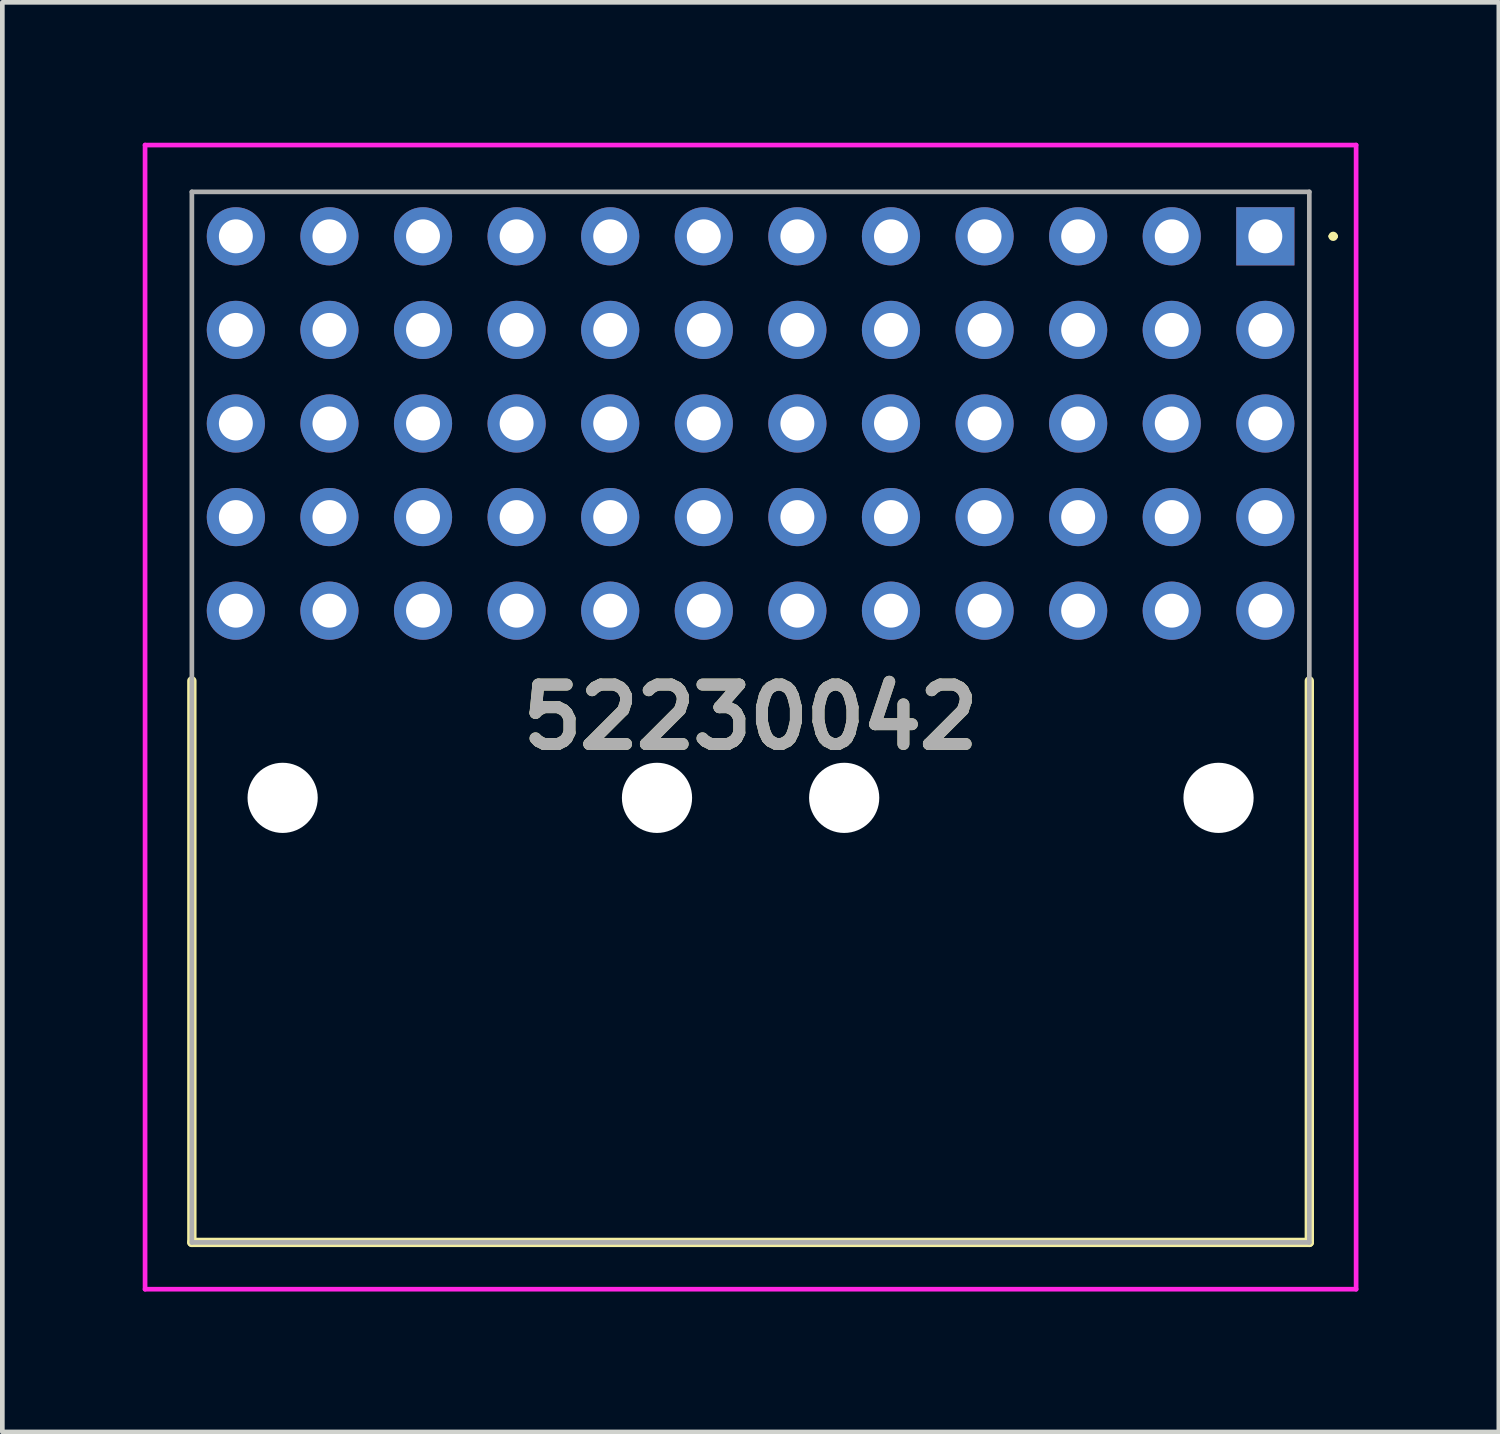
<source format=kicad_pcb>
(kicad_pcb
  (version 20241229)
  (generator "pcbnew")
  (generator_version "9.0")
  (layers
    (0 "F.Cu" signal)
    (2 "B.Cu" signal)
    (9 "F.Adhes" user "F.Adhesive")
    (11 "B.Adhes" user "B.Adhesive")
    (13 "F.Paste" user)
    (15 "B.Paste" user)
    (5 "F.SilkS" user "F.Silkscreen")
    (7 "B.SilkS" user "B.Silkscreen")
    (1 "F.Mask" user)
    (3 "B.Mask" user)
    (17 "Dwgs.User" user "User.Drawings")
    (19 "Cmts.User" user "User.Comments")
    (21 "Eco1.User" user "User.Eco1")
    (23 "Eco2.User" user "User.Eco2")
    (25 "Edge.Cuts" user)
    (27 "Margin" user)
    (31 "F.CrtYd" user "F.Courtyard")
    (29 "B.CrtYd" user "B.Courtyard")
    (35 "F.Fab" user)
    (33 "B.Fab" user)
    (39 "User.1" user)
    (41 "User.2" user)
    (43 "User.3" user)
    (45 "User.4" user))
  (footprint "52230042"
    (layer "F.Cu")
    (at 23.99 2)
    (property "Reference" "52230042" (at -11 10.275 0) (layer "F.SilkS") (effects (font (size 1.27 1.27) (thickness 0.254))))
    (attr through_hole)
    (fp_line (start -22.94 21.5) (end -22.94 9.5) (stroke (width 0.2) (type solid)) (layer "F.SilkS"))
    (fp_line (start 0.94 9.5) (end 0.94 21.5) (stroke (width 0.2) (type solid)) (layer "F.SilkS"))
    (fp_line (start 0.94 21.5) (end -22.94 21.5) (stroke (width 0.2) (type solid)) (layer "F.SilkS"))
    (fp_line (start 1.4 0) (end 1.4 0) (stroke (width 0.1) (type solid)) (layer "F.SilkS"))
    (fp_line (start 1.5 0) (end 1.5 0) (stroke (width 0.1) (type solid)) (layer "F.SilkS"))
    (fp_arc (start 1.4 0) (mid 1.45 -0.05) (end 1.5 0) (stroke (width 0.1) (type solid)) (layer "F.SilkS"))
    (fp_arc (start 1.5 0) (mid 1.45 0.05) (end 1.4 0) (stroke (width 0.1) (type solid)) (layer "F.SilkS"))
    (fp_line (start -23.94 -1.95) (end 1.94 -1.95) (stroke (width 0.1) (type solid)) (layer "F.CrtYd"))
    (fp_line (start -23.94 22.5) (end -23.94 -1.95) (stroke (width 0.1) (type solid)) (layer "F.CrtYd"))
    (fp_line (start 1.94 -1.95) (end 1.94 22.5) (stroke (width 0.1) (type solid)) (layer "F.CrtYd"))
    (fp_line (start 1.94 22.5) (end -23.94 22.5) (stroke (width 0.1) (type solid)) (layer "F.CrtYd"))
    (fp_line (start -22.94 -0.95) (end 0.94 -0.95) (stroke (width 0.1) (type solid)) (layer "F.Fab"))
    (fp_line (start -22.94 21.5) (end -22.94 -0.95) (stroke (width 0.1) (type solid)) (layer "F.Fab"))
    (fp_line (start 0.94 -0.95) (end 0.94 21.5) (stroke (width 0.1) (type solid)) (layer "F.Fab"))
    (fp_line (start 0.94 21.5) (end -22.94 21.5) (stroke (width 0.1) (type solid)) (layer "F.Fab"))
    (fp_text user "${REFERENCE}" (at -11 10.275 0) (layer "F.Fab") (effects (font (size 1.27 1.27) (thickness 0.254))))
    (pad "" np_thru_hole circle (at -21 12) (size 1.5 1.5) (drill 1.5) (layers "*.Cu" "*.Mask"))
    (pad "" np_thru_hole circle (at -13 12) (size 1.5 1.5) (drill 1.5) (layers "*.Cu" "*.Mask"))
    (pad "" np_thru_hole circle (at -9 12) (size 1.5 1.5) (drill 1.5) (layers "*.Cu" "*.Mask"))
    (pad "" np_thru_hole circle (at -1 12) (size 1.5 1.5) (drill 1.5) (layers "*.Cu" "*.Mask"))
    (pad "A1" thru_hole rect (at 0 0) (size 1.243 1.243) (drill 0.725) (layers "*.Cu" "*.Mask"))
    (pad "A2" thru_hole circle (at -2 0) (size 1.243 1.243) (drill 0.725) (layers "*.Cu" "*.Mask"))
    (pad "A3" thru_hole circle (at -4 0) (size 1.243 1.243) (drill 0.725) (layers "*.Cu" "*.Mask"))
    (pad "A4" thru_hole circle (at -6 0) (size 1.243 1.243) (drill 0.725) (layers "*.Cu" "*.Mask"))
    (pad "A5" thru_hole circle (at -8 0) (size 1.243 1.243) (drill 0.725) (layers "*.Cu" "*.Mask"))
    (pad "A6" thru_hole circle (at -10 0) (size 1.243 1.243) (drill 0.725) (layers "*.Cu" "*.Mask"))
    (pad "A7" thru_hole circle (at -12 0) (size 1.243 1.243) (drill 0.725) (layers "*.Cu" "*.Mask"))
    (pad "A8" thru_hole circle (at -14 0) (size 1.243 1.243) (drill 0.725) (layers "*.Cu" "*.Mask"))
    (pad "A9" thru_hole circle (at -16 0) (size 1.243 1.243) (drill 0.725) (layers "*.Cu" "*.Mask"))
    (pad "A10" thru_hole circle (at -18 0) (size 1.243 1.243) (drill 0.725) (layers "*.Cu" "*.Mask"))
    (pad "A11" thru_hole circle (at -20 0) (size 1.243 1.243) (drill 0.725) (layers "*.Cu" "*.Mask"))
    (pad "A12" thru_hole circle (at -22 0) (size 1.243 1.243) (drill 0.725) (layers "*.Cu" "*.Mask"))
    (pad "B1" thru_hole circle (at 0 2) (size 1.243 1.243) (drill 0.725) (layers "*.Cu" "*.Mask"))
    (pad "B2" thru_hole circle (at -2 2) (size 1.243 1.243) (drill 0.725) (layers "*.Cu" "*.Mask"))
    (pad "B3" thru_hole circle (at -4 2) (size 1.243 1.243) (drill 0.725) (layers "*.Cu" "*.Mask"))
    (pad "B4" thru_hole circle (at -6 2) (size 1.243 1.243) (drill 0.725) (layers "*.Cu" "*.Mask"))
    (pad "B5" thru_hole circle (at -8 2) (size 1.243 1.243) (drill 0.725) (layers "*.Cu" "*.Mask"))
    (pad "B6" thru_hole circle (at -10 2) (size 1.243 1.243) (drill 0.725) (layers "*.Cu" "*.Mask"))
    (pad "B7" thru_hole circle (at -12 2) (size 1.243 1.243) (drill 0.725) (layers "*.Cu" "*.Mask"))
    (pad "B8" thru_hole circle (at -14 2) (size 1.243 1.243) (drill 0.725) (layers "*.Cu" "*.Mask"))
    (pad "B9" thru_hole circle (at -16 2) (size 1.243 1.243) (drill 0.725) (layers "*.Cu" "*.Mask"))
    (pad "B10" thru_hole circle (at -18 2) (size 1.243 1.243) (drill 0.725) (layers "*.Cu" "*.Mask"))
    (pad "B11" thru_hole circle (at -20 2) (size 1.243 1.243) (drill 0.725) (layers "*.Cu" "*.Mask"))
    (pad "B12" thru_hole circle (at -22 2) (size 1.243 1.243) (drill 0.725) (layers "*.Cu" "*.Mask"))
    (pad "C1" thru_hole circle (at 0 4) (size 1.243 1.243) (drill 0.725) (layers "*.Cu" "*.Mask"))
    (pad "C2" thru_hole circle (at -2 4) (size 1.243 1.243) (drill 0.725) (layers "*.Cu" "*.Mask"))
    (pad "C3" thru_hole circle (at -4 4) (size 1.243 1.243) (drill 0.725) (layers "*.Cu" "*.Mask"))
    (pad "C4" thru_hole circle (at -6 4) (size 1.243 1.243) (drill 0.725) (layers "*.Cu" "*.Mask"))
    (pad "C5" thru_hole circle (at -8 4) (size 1.243 1.243) (drill 0.725) (layers "*.Cu" "*.Mask"))
    (pad "C6" thru_hole circle (at -10 4) (size 1.243 1.243) (drill 0.725) (layers "*.Cu" "*.Mask"))
    (pad "C7" thru_hole circle (at -12 4) (size 1.243 1.243) (drill 0.725) (layers "*.Cu" "*.Mask"))
    (pad "C8" thru_hole circle (at -14 4) (size 1.243 1.243) (drill 0.725) (layers "*.Cu" "*.Mask"))
    (pad "C9" thru_hole circle (at -16 4) (size 1.243 1.243) (drill 0.725) (layers "*.Cu" "*.Mask"))
    (pad "C10" thru_hole circle (at -18 4) (size 1.243 1.243) (drill 0.725) (layers "*.Cu" "*.Mask"))
    (pad "C11" thru_hole circle (at -20 4) (size 1.243 1.243) (drill 0.725) (layers "*.Cu" "*.Mask"))
    (pad "C12" thru_hole circle (at -22 4) (size 1.243 1.243) (drill 0.725) (layers "*.Cu" "*.Mask"))
    (pad "D1" thru_hole circle (at 0 6) (size 1.243 1.243) (drill 0.725) (layers "*.Cu" "*.Mask"))
    (pad "D2" thru_hole circle (at -2 6) (size 1.243 1.243) (drill 0.725) (layers "*.Cu" "*.Mask"))
    (pad "D3" thru_hole circle (at -4 6) (size 1.243 1.243) (drill 0.725) (layers "*.Cu" "*.Mask"))
    (pad "D4" thru_hole circle (at -6 6) (size 1.243 1.243) (drill 0.725) (layers "*.Cu" "*.Mask"))
    (pad "D5" thru_hole circle (at -8 6) (size 1.243 1.243) (drill 0.725) (layers "*.Cu" "*.Mask"))
    (pad "D6" thru_hole circle (at -10 6) (size 1.243 1.243) (drill 0.725) (layers "*.Cu" "*.Mask"))
    (pad "D7" thru_hole circle (at -12 6) (size 1.243 1.243) (drill 0.725) (layers "*.Cu" "*.Mask"))
    (pad "D8" thru_hole circle (at -14 6) (size 1.243 1.243) (drill 0.725) (layers "*.Cu" "*.Mask"))
    (pad "D9" thru_hole circle (at -16 6) (size 1.243 1.243) (drill 0.725) (layers "*.Cu" "*.Mask"))
    (pad "D10" thru_hole circle (at -18 6) (size 1.243 1.243) (drill 0.725) (layers "*.Cu" "*.Mask"))
    (pad "D11" thru_hole circle (at -20 6) (size 1.243 1.243) (drill 0.725) (layers "*.Cu" "*.Mask"))
    (pad "D12" thru_hole circle (at -22 6) (size 1.243 1.243) (drill 0.725) (layers "*.Cu" "*.Mask"))
    (pad "E1" thru_hole circle (at 0 8) (size 1.243 1.243) (drill 0.725) (layers "*.Cu" "*.Mask"))
    (pad "E2" thru_hole circle (at -2 8) (size 1.243 1.243) (drill 0.725) (layers "*.Cu" "*.Mask"))
    (pad "E3" thru_hole circle (at -4 8) (size 1.243 1.243) (drill 0.725) (layers "*.Cu" "*.Mask"))
    (pad "E4" thru_hole circle (at -6 8) (size 1.243 1.243) (drill 0.725) (layers "*.Cu" "*.Mask"))
    (pad "E5" thru_hole circle (at -8 8) (size 1.243 1.243) (drill 0.725) (layers "*.Cu" "*.Mask"))
    (pad "E6" thru_hole circle (at -10 8) (size 1.243 1.243) (drill 0.725) (layers "*.Cu" "*.Mask"))
    (pad "E7" thru_hole circle (at -12 8) (size 1.243 1.243) (drill 0.725) (layers "*.Cu" "*.Mask"))
    (pad "E8" thru_hole circle (at -14 8) (size 1.243 1.243) (drill 0.725) (layers "*.Cu" "*.Mask"))
    (pad "E9" thru_hole circle (at -16 8) (size 1.243 1.243) (drill 0.725) (layers "*.Cu" "*.Mask"))
    (pad "E10" thru_hole circle (at -18 8) (size 1.243 1.243) (drill 0.725) (layers "*.Cu" "*.Mask"))
    (pad "E11" thru_hole circle (at -20 8) (size 1.243 1.243) (drill 0.725) (layers "*.Cu" "*.Mask"))
    (pad "E12" thru_hole circle (at -22 8) (size 1.243 1.243) (drill 0.725) (layers "*.Cu" "*.Mask")))
  (gr_rect
    (start -3 -3)
    (end 28.98 27.55)
    (stroke (width 0.1) (type default))
    (fill no)
    (layer "Edge.Cuts")))
</source>
